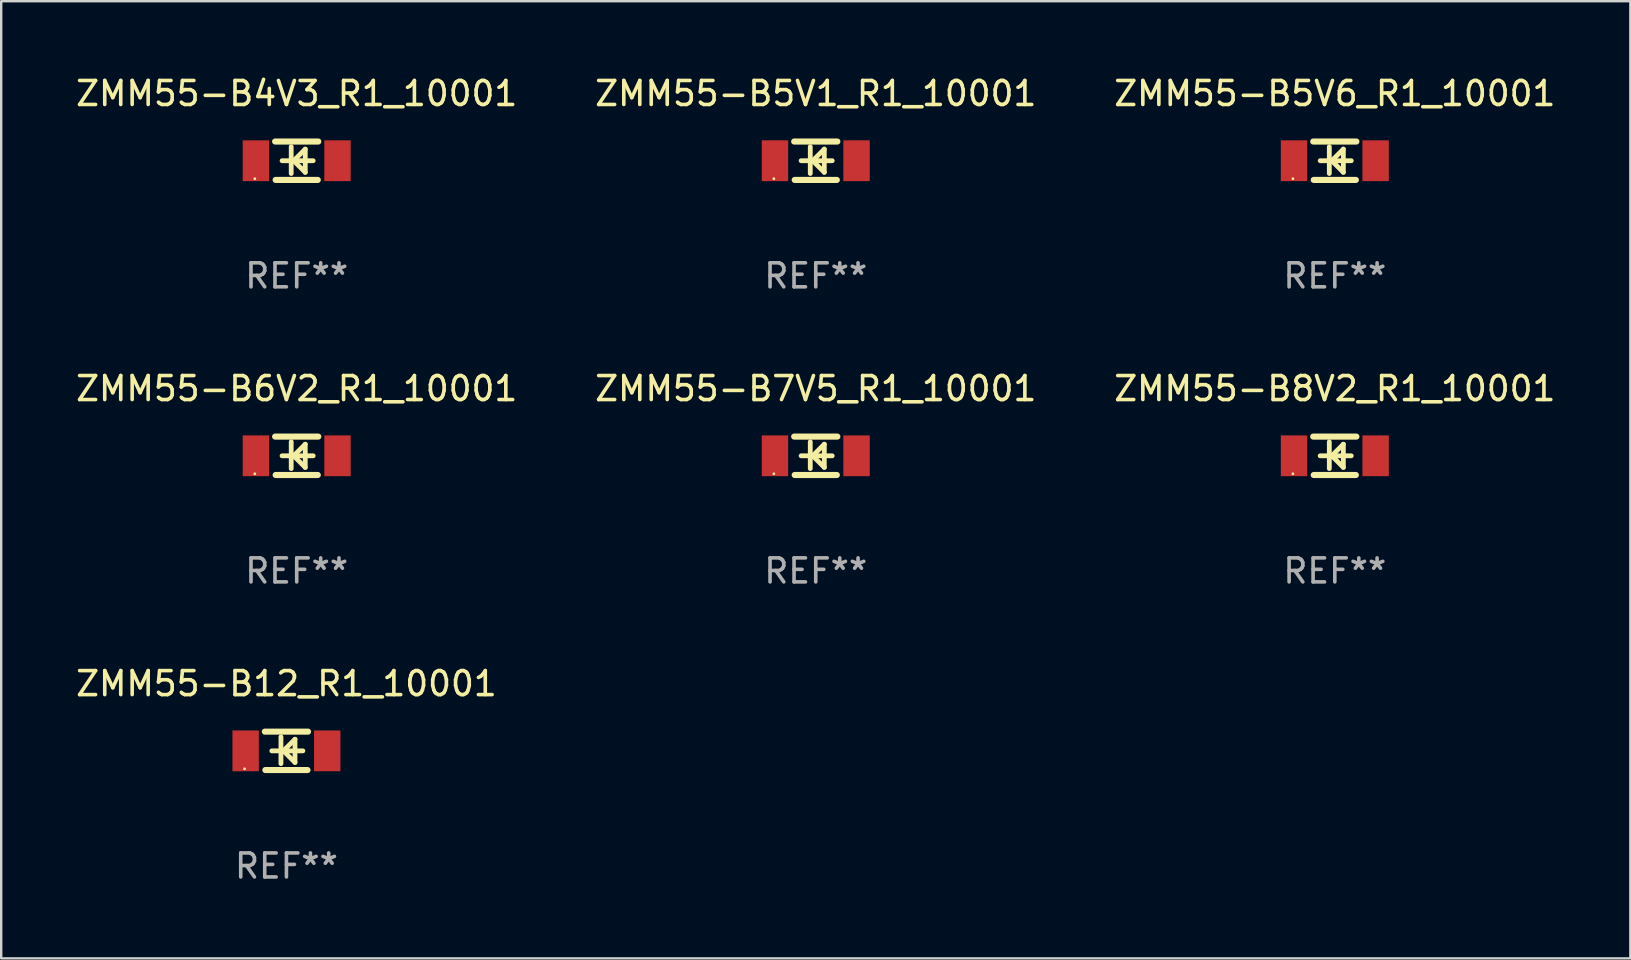
<source format=kicad_pcb>
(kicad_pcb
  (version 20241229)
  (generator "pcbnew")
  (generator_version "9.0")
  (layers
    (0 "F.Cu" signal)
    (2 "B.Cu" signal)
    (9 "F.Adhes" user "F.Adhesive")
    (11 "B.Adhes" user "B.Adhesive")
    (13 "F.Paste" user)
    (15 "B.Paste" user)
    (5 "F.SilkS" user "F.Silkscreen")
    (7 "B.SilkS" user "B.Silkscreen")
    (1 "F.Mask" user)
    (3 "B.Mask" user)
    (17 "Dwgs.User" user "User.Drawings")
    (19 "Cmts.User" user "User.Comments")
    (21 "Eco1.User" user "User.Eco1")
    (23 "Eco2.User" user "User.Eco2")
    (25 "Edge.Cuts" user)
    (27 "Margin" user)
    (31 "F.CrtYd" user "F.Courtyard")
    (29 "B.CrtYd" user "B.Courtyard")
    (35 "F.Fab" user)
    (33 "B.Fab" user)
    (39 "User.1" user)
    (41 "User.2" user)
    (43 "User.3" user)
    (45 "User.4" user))
  (footprint "ZMM55-B4V3_R1_10001"
    (layer "F.Cu")
    (at 9.315 3.648)
    (property "Reference" "ZMM55-B4V3_R1_10001" (at 0 -2.8 0) (layer "F.SilkS") (effects (font (size 1 1) (thickness 0.15))))
    (attr through_hole)
    (fp_line (start -0.9 -0.8) (end 0.9 -0.8) (stroke (width 0.254) (type solid)) (layer "F.SilkS"))
    (fp_line (start -0.878 0.8) (end 0.878 0.8) (stroke (width 0.254) (type solid)) (layer "F.SilkS"))
    (fp_line (start -0.61 0) (end 0.686 0) (stroke (width 0.2) (type solid)) (layer "F.SilkS"))
    (fp_line (start -0.229 -0.584) (end -0.229 0.533) (stroke (width 0.2) (type solid)) (layer "F.SilkS"))
    (fp_line (start -0.127 0) (end 0.356 -0.483) (stroke (width 0.2) (type solid)) (layer "F.SilkS"))
    (fp_line (start 0.356 -0.483) (end 0.356 0.483) (stroke (width 0.2) (type solid)) (layer "F.SilkS"))
    (fp_line (start 0.356 0.483) (end -0.102 0.025) (stroke (width 0.2) (type solid)) (layer "F.SilkS"))
    (fp_circle (center -1.746 0.75) (end -1.716 0.75) (stroke (width 0.06) (type solid)) (fill no) (layer "F.SilkS"))
    (fp_text user "REF**" (at 0 4.8 0) (layer "F.Fab") (effects (font (size 1 1) (thickness 0.15))))
    (pad "1" smd rect (at -1.7 0 180) (size 1.1 1.7) (layers "F.Cu" "F.Mask" "F.Paste"))
    (pad "2" smd rect (at 1.7 0 180) (size 1.1 1.7) (layers "F.Cu" "F.Mask" "F.Paste")))
  (footprint "ZMM55-B5V6_R1_10001"
    (layer "F.Cu")
    (at 52.577 3.648)
    (property "Reference" "ZMM55-B5V6_R1_10001" (at 0 -2.8 0) (layer "F.SilkS") (effects (font (size 1 1) (thickness 0.15))))
    (attr through_hole)
    (fp_line (start -0.9 -0.8) (end 0.9 -0.8) (stroke (width 0.254) (type solid)) (layer "F.SilkS"))
    (fp_line (start -0.878 0.8) (end 0.878 0.8) (stroke (width 0.254) (type solid)) (layer "F.SilkS"))
    (fp_line (start -0.61 0) (end 0.686 0) (stroke (width 0.2) (type solid)) (layer "F.SilkS"))
    (fp_line (start -0.229 -0.584) (end -0.229 0.533) (stroke (width 0.2) (type solid)) (layer "F.SilkS"))
    (fp_line (start -0.127 0) (end 0.356 -0.483) (stroke (width 0.2) (type solid)) (layer "F.SilkS"))
    (fp_line (start 0.356 -0.483) (end 0.356 0.483) (stroke (width 0.2) (type solid)) (layer "F.SilkS"))
    (fp_line (start 0.356 0.483) (end -0.102 0.025) (stroke (width 0.2) (type solid)) (layer "F.SilkS"))
    (fp_circle (center -1.746 0.75) (end -1.716 0.75) (stroke (width 0.06) (type solid)) (fill no) (layer "F.SilkS"))
    (fp_text user "REF**" (at 0 4.8 0) (layer "F.Fab") (effects (font (size 1 1) (thickness 0.15))))
    (pad "1" smd rect (at -1.7 0 180) (size 1.1 1.7) (layers "F.Cu" "F.Mask" "F.Paste"))
    (pad "2" smd rect (at 1.7 0 180) (size 1.1 1.7) (layers "F.Cu" "F.Mask" "F.Paste")))
  (footprint "ZMM55-B8V2_R1_10001"
    (layer "F.Cu")
    (at 52.577 15.945)
    (property "Reference" "ZMM55-B8V2_R1_10001" (at 0 -2.8 0) (layer "F.SilkS") (effects (font (size 1 1) (thickness 0.15))))
    (attr through_hole)
    (fp_line (start -0.9 -0.8) (end 0.9 -0.8) (stroke (width 0.254) (type solid)) (layer "F.SilkS"))
    (fp_line (start -0.878 0.8) (end 0.878 0.8) (stroke (width 0.254) (type solid)) (layer "F.SilkS"))
    (fp_line (start -0.61 0) (end 0.686 0) (stroke (width 0.2) (type solid)) (layer "F.SilkS"))
    (fp_line (start -0.229 -0.584) (end -0.229 0.533) (stroke (width 0.2) (type solid)) (layer "F.SilkS"))
    (fp_line (start -0.127 0) (end 0.356 -0.483) (stroke (width 0.2) (type solid)) (layer "F.SilkS"))
    (fp_line (start 0.356 -0.483) (end 0.356 0.483) (stroke (width 0.2) (type solid)) (layer "F.SilkS"))
    (fp_line (start 0.356 0.483) (end -0.102 0.025) (stroke (width 0.2) (type solid)) (layer "F.SilkS"))
    (fp_circle (center -1.746 0.75) (end -1.716 0.75) (stroke (width 0.06) (type solid)) (fill no) (layer "F.SilkS"))
    (fp_text user "REF**" (at 0 4.8 0) (layer "F.Fab") (effects (font (size 1 1) (thickness 0.15))))
    (pad "1" smd rect (at -1.7 0 180) (size 1.1 1.7) (layers "F.Cu" "F.Mask" "F.Paste"))
    (pad "2" smd rect (at 1.7 0 180) (size 1.1 1.7) (layers "F.Cu" "F.Mask" "F.Paste")))
  (footprint "ZMM55-B6V2_R1_10001"
    (layer "F.Cu")
    (at 9.315 15.945)
    (property "Reference" "ZMM55-B6V2_R1_10001" (at 0 -2.8 0) (layer "F.SilkS") (effects (font (size 1 1) (thickness 0.15))))
    (attr through_hole)
    (fp_line (start -0.9 -0.8) (end 0.9 -0.8) (stroke (width 0.254) (type solid)) (layer "F.SilkS"))
    (fp_line (start -0.878 0.8) (end 0.878 0.8) (stroke (width 0.254) (type solid)) (layer "F.SilkS"))
    (fp_line (start -0.61 0) (end 0.686 0) (stroke (width 0.2) (type solid)) (layer "F.SilkS"))
    (fp_line (start -0.229 -0.584) (end -0.229 0.533) (stroke (width 0.2) (type solid)) (layer "F.SilkS"))
    (fp_line (start -0.127 0) (end 0.356 -0.483) (stroke (width 0.2) (type solid)) (layer "F.SilkS"))
    (fp_line (start 0.356 -0.483) (end 0.356 0.483) (stroke (width 0.2) (type solid)) (layer "F.SilkS"))
    (fp_line (start 0.356 0.483) (end -0.102 0.025) (stroke (width 0.2) (type solid)) (layer "F.SilkS"))
    (fp_circle (center -1.746 0.75) (end -1.716 0.75) (stroke (width 0.06) (type solid)) (fill no) (layer "F.SilkS"))
    (fp_text user "REF**" (at 0 4.8 0) (layer "F.Fab") (effects (font (size 1 1) (thickness 0.15))))
    (pad "1" smd rect (at -1.7 0 180) (size 1.1 1.7) (layers "F.Cu" "F.Mask" "F.Paste"))
    (pad "2" smd rect (at 1.7 0 180) (size 1.1 1.7) (layers "F.Cu" "F.Mask" "F.Paste")))
  (footprint "ZMM55-B7V5_R1_10001"
    (layer "F.Cu")
    (at 30.946 15.945)
    (property "Reference" "ZMM55-B7V5_R1_10001" (at 0 -2.8 0) (layer "F.SilkS") (effects (font (size 1 1) (thickness 0.15))))
    (attr through_hole)
    (fp_line (start -0.9 -0.8) (end 0.9 -0.8) (stroke (width 0.254) (type solid)) (layer "F.SilkS"))
    (fp_line (start -0.878 0.8) (end 0.878 0.8) (stroke (width 0.254) (type solid)) (layer "F.SilkS"))
    (fp_line (start -0.61 0) (end 0.686 0) (stroke (width 0.2) (type solid)) (layer "F.SilkS"))
    (fp_line (start -0.229 -0.584) (end -0.229 0.533) (stroke (width 0.2) (type solid)) (layer "F.SilkS"))
    (fp_line (start -0.127 0) (end 0.356 -0.483) (stroke (width 0.2) (type solid)) (layer "F.SilkS"))
    (fp_line (start 0.356 -0.483) (end 0.356 0.483) (stroke (width 0.2) (type solid)) (layer "F.SilkS"))
    (fp_line (start 0.356 0.483) (end -0.102 0.025) (stroke (width 0.2) (type solid)) (layer "F.SilkS"))
    (fp_circle (center -1.746 0.75) (end -1.716 0.75) (stroke (width 0.06) (type solid)) (fill no) (layer "F.SilkS"))
    (fp_text user "REF**" (at 0 4.8 0) (layer "F.Fab") (effects (font (size 1 1) (thickness 0.15))))
    (pad "1" smd rect (at -1.7 0 180) (size 1.1 1.7) (layers "F.Cu" "F.Mask" "F.Paste"))
    (pad "2" smd rect (at 1.7 0 180) (size 1.1 1.7) (layers "F.Cu" "F.Mask" "F.Paste")))
  (footprint "ZMM55-B12_R1_10001"
    (layer "F.Cu")
    (at 8.887 28.241)
    (property "Reference" "ZMM55-B12_R1_10001" (at 0 -2.8 0) (layer "F.SilkS") (effects (font (size 1 1) (thickness 0.15))))
    (attr through_hole)
    (fp_line (start -0.9 -0.8) (end 0.9 -0.8) (stroke (width 0.254) (type solid)) (layer "F.SilkS"))
    (fp_line (start -0.878 0.8) (end 0.878 0.8) (stroke (width 0.254) (type solid)) (layer "F.SilkS"))
    (fp_line (start -0.61 0) (end 0.686 0) (stroke (width 0.2) (type solid)) (layer "F.SilkS"))
    (fp_line (start -0.229 -0.584) (end -0.229 0.533) (stroke (width 0.2) (type solid)) (layer "F.SilkS"))
    (fp_line (start -0.127 0) (end 0.356 -0.483) (stroke (width 0.2) (type solid)) (layer "F.SilkS"))
    (fp_line (start 0.356 -0.483) (end 0.356 0.483) (stroke (width 0.2) (type solid)) (layer "F.SilkS"))
    (fp_line (start 0.356 0.483) (end -0.102 0.025) (stroke (width 0.2) (type solid)) (layer "F.SilkS"))
    (fp_circle (center -1.746 0.75) (end -1.716 0.75) (stroke (width 0.06) (type solid)) (fill no) (layer "F.SilkS"))
    (fp_text user "REF**" (at 0 4.8 0) (layer "F.Fab") (effects (font (size 1 1) (thickness 0.15))))
    (pad "1" smd rect (at -1.7 0 180) (size 1.1 1.7) (layers "F.Cu" "F.Mask" "F.Paste"))
    (pad "2" smd rect (at 1.7 0 180) (size 1.1 1.7) (layers "F.Cu" "F.Mask" "F.Paste")))
  (footprint "ZMM55-B5V1_R1_10001"
    (layer "F.Cu")
    (at 30.946 3.648)
    (property "Reference" "ZMM55-B5V1_R1_10001" (at 0 -2.8 0) (layer "F.SilkS") (effects (font (size 1 1) (thickness 0.15))))
    (attr through_hole)
    (fp_line (start -0.9 -0.8) (end 0.9 -0.8) (stroke (width 0.254) (type solid)) (layer "F.SilkS"))
    (fp_line (start -0.878 0.8) (end 0.878 0.8) (stroke (width 0.254) (type solid)) (layer "F.SilkS"))
    (fp_line (start -0.61 0) (end 0.686 0) (stroke (width 0.2) (type solid)) (layer "F.SilkS"))
    (fp_line (start -0.229 -0.584) (end -0.229 0.533) (stroke (width 0.2) (type solid)) (layer "F.SilkS"))
    (fp_line (start -0.127 0) (end 0.356 -0.483) (stroke (width 0.2) (type solid)) (layer "F.SilkS"))
    (fp_line (start 0.356 -0.483) (end 0.356 0.483) (stroke (width 0.2) (type solid)) (layer "F.SilkS"))
    (fp_line (start 0.356 0.483) (end -0.102 0.025) (stroke (width 0.2) (type solid)) (layer "F.SilkS"))
    (fp_circle (center -1.746 0.75) (end -1.716 0.75) (stroke (width 0.06) (type solid)) (fill no) (layer "F.SilkS"))
    (fp_text user "REF**" (at 0 4.8 0) (layer "F.Fab") (effects (font (size 1 1) (thickness 0.15))))
    (pad "1" smd rect (at -1.7 0 180) (size 1.1 1.7) (layers "F.Cu" "F.Mask" "F.Paste"))
    (pad "2" smd rect (at 1.7 0 180) (size 1.1 1.7) (layers "F.Cu" "F.Mask" "F.Paste")))
  (gr_rect
    (start -3 -3)
    (end 64.893 36.889)
    (stroke (width 0.1) (type default))
    (fill no)
    (layer "Edge.Cuts")))
</source>
